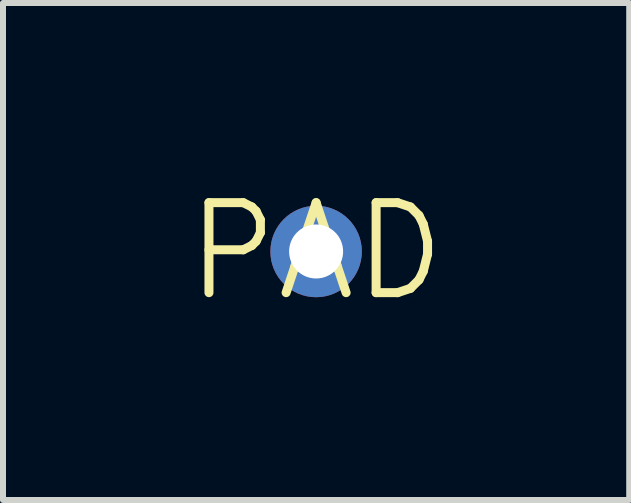
<source format=kicad_pcb>
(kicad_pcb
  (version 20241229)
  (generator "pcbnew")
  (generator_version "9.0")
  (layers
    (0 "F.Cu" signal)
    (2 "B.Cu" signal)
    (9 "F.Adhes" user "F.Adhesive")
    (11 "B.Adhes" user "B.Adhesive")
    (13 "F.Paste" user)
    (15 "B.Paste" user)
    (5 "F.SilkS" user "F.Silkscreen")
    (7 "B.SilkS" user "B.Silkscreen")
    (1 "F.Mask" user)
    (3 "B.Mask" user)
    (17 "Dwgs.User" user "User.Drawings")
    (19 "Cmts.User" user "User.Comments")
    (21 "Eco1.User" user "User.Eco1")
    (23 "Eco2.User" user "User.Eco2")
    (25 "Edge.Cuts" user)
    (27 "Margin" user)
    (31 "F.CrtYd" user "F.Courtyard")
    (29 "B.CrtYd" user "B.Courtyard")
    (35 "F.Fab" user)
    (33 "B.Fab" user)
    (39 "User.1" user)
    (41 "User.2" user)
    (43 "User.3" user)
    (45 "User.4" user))
  (footprint "PAD"
    (layer "F.Cu")
    (at 2.218 1.141)
    (property "Reference" "PAD" (at 0 0 0) (layer "F.SilkS") (effects (font (size 1.5 1.5) (thickness 0.15))))
    (attr through_hole)
    (pad "1" thru_hole circle (at 0 0) (size 1.524 1.524) (drill 0.9) (layers "*.Cu" "*.Mask")))
  (gr_rect
    (start -3 -3)
    (end 7.436 5.282)
    (stroke (width 0.1) (type default))
    (fill no)
    (layer "Edge.Cuts")))
</source>
